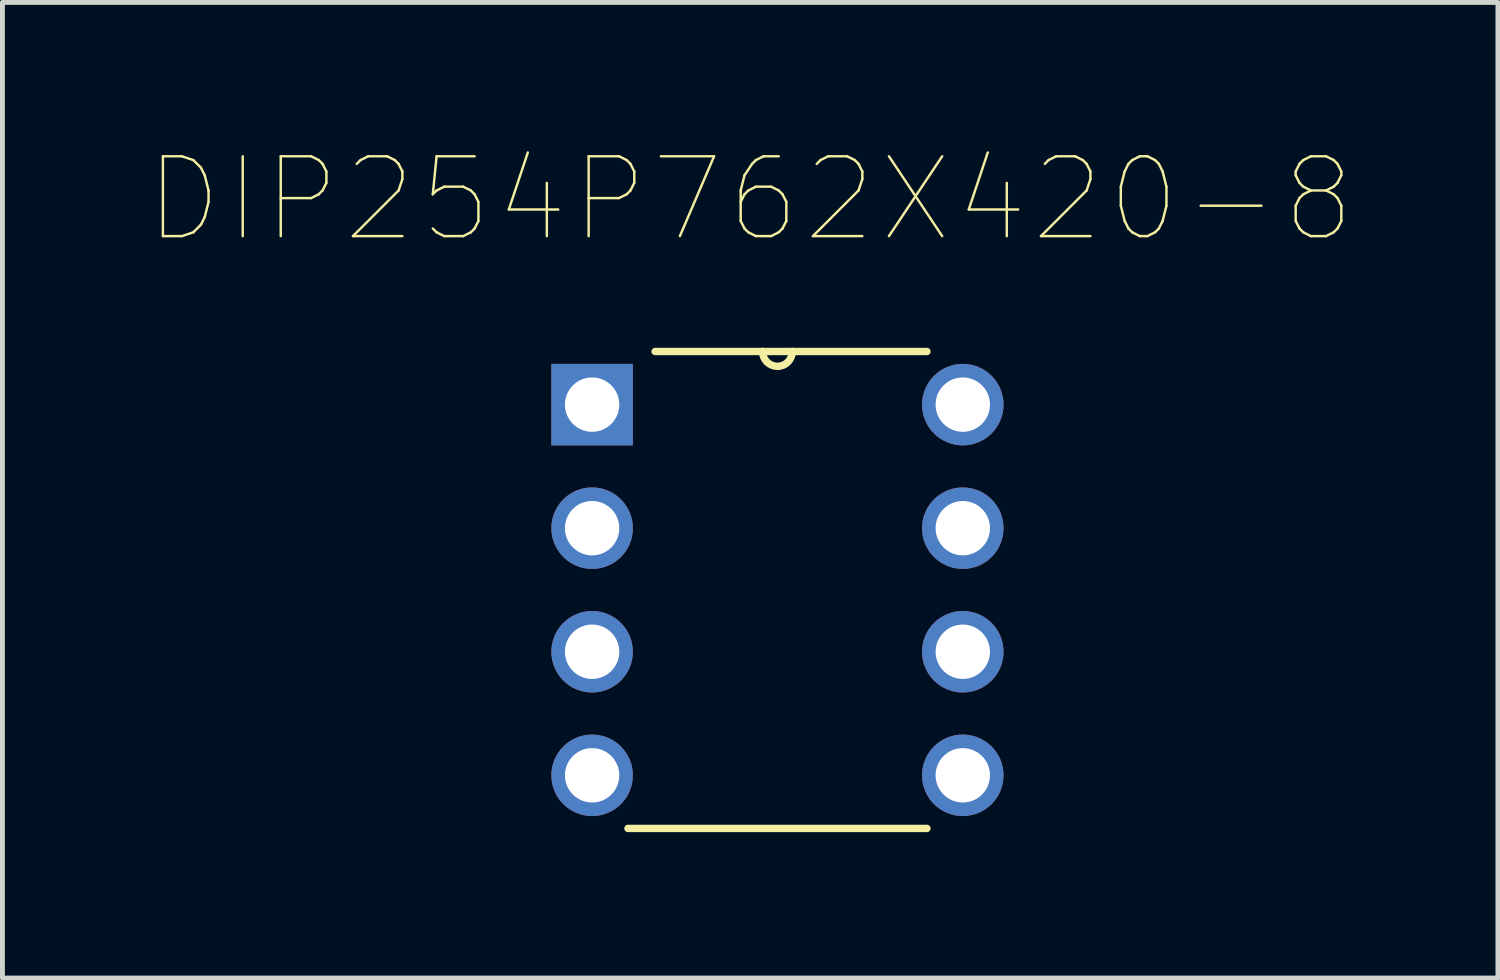
<source format=kicad_pcb>
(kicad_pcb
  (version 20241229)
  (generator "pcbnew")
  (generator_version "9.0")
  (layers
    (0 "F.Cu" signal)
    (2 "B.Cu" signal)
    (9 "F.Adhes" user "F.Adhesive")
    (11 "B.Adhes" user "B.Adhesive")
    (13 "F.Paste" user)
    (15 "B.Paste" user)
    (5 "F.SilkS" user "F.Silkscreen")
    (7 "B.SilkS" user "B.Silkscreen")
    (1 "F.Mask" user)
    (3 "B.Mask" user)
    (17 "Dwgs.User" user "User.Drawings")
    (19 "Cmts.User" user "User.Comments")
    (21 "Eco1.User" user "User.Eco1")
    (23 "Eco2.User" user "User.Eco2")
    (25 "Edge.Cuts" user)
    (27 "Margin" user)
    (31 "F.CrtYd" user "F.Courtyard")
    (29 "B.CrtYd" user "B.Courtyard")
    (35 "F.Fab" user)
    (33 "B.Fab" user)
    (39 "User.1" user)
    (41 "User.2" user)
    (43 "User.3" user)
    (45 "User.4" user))
  (footprint "DIP254P762X420-8"
    (layer "F.Cu")
    (at 16.742 12.888)
    (property "Reference" "DIP254P762X420-8" (at -4.37 -11.841 0) (layer "F.SilkS") (effects (font (size 1.641 1.641) (thickness 0.05))))
    (attr through_hole)
    (fp_line (start -6.883 1.092) (end -0.737 1.092) (stroke (width 0.152) (type solid)) (layer "F.SilkS"))
    (fp_line (start -4.115 -8.712) (end -6.325 -8.712) (stroke (width 0.152) (type solid)) (layer "F.SilkS"))
    (fp_line (start -3.505 -8.712) (end -4.115 -8.712) (stroke (width 0.152) (type solid)) (layer "F.SilkS"))
    (fp_line (start -0.737 -8.712) (end -3.505 -8.712) (stroke (width 0.152) (type solid)) (layer "F.SilkS"))
    (fp_arc (start -3.5052 -8.7122) (mid -3.81 -8.4074) (end -4.1148 -8.7122) (stroke (width 0.1524) (type solid)) (layer "F.SilkS"))
    (fp_line (start -8.179 -8.179) (end -8.179 -7.061) (stroke (width 0.1) (type solid)) (layer "Eco2.User"))
    (fp_line (start -8.179 -7.061) (end -7.061 -7.061) (stroke (width 0.1) (type solid)) (layer "Eco2.User"))
    (fp_line (start -8.179 -5.639) (end -8.179 -4.521) (stroke (width 0.1) (type solid)) (layer "Eco2.User"))
    (fp_line (start -8.179 -4.521) (end -7.061 -4.521) (stroke (width 0.1) (type solid)) (layer "Eco2.User"))
    (fp_line (start -8.179 -3.099) (end -8.179 -1.981) (stroke (width 0.1) (type solid)) (layer "Eco2.User"))
    (fp_line (start -8.179 -1.981) (end -7.061 -1.981) (stroke (width 0.1) (type solid)) (layer "Eco2.User"))
    (fp_line (start -8.179 -0.559) (end -8.179 0.559) (stroke (width 0.1) (type solid)) (layer "Eco2.User"))
    (fp_line (start -8.179 0.559) (end -7.061 0.559) (stroke (width 0.1) (type solid)) (layer "Eco2.User"))
    (fp_line (start -7.061 -8.712) (end -7.061 1.092) (stroke (width 0.1) (type solid)) (layer "Eco2.User"))
    (fp_line (start -7.061 -8.179) (end -8.179 -8.179) (stroke (width 0.1) (type solid)) (layer "Eco2.User"))
    (fp_line (start -7.061 -7.061) (end -7.061 -8.179) (stroke (width 0.1) (type solid)) (layer "Eco2.User"))
    (fp_line (start -7.061 -5.639) (end -8.179 -5.639) (stroke (width 0.1) (type solid)) (layer "Eco2.User"))
    (fp_line (start -7.061 -4.521) (end -7.061 -5.639) (stroke (width 0.1) (type solid)) (layer "Eco2.User"))
    (fp_line (start -7.061 -3.099) (end -8.179 -3.099) (stroke (width 0.1) (type solid)) (layer "Eco2.User"))
    (fp_line (start -7.061 -1.981) (end -7.061 -3.099) (stroke (width 0.1) (type solid)) (layer "Eco2.User"))
    (fp_line (start -7.061 -0.559) (end -8.179 -0.559) (stroke (width 0.1) (type solid)) (layer "Eco2.User"))
    (fp_line (start -7.061 0.559) (end -7.061 -0.559) (stroke (width 0.1) (type solid)) (layer "Eco2.User"))
    (fp_line (start -7.061 1.092) (end -0.559 1.092) (stroke (width 0.1) (type solid)) (layer "Eco2.User"))
    (fp_line (start -4.115 -8.712) (end -7.061 -8.712) (stroke (width 0.1) (type solid)) (layer "Eco2.User"))
    (fp_line (start -3.505 -8.712) (end -4.115 -8.712) (stroke (width 0.1) (type solid)) (layer "Eco2.User"))
    (fp_line (start -0.559 -8.712) (end -3.505 -8.712) (stroke (width 0.1) (type solid)) (layer "Eco2.User"))
    (fp_line (start -0.559 -8.179) (end -0.559 -7.061) (stroke (width 0.1) (type solid)) (layer "Eco2.User"))
    (fp_line (start -0.559 -7.061) (end 0.559 -7.061) (stroke (width 0.1) (type solid)) (layer "Eco2.User"))
    (fp_line (start -0.559 -5.639) (end -0.559 -4.521) (stroke (width 0.1) (type solid)) (layer "Eco2.User"))
    (fp_line (start -0.559 -4.521) (end 0.559 -4.521) (stroke (width 0.1) (type solid)) (layer "Eco2.User"))
    (fp_line (start -0.559 -3.099) (end -0.559 -1.981) (stroke (width 0.1) (type solid)) (layer "Eco2.User"))
    (fp_line (start -0.559 -1.981) (end 0.559 -1.981) (stroke (width 0.1) (type solid)) (layer "Eco2.User"))
    (fp_line (start -0.559 -0.559) (end -0.559 0.559) (stroke (width 0.1) (type solid)) (layer "Eco2.User"))
    (fp_line (start -0.559 0.559) (end 0.559 0.559) (stroke (width 0.1) (type solid)) (layer "Eco2.User"))
    (fp_line (start -0.559 1.092) (end -0.559 -8.712) (stroke (width 0.1) (type solid)) (layer "Eco2.User"))
    (fp_line (start 0.559 -8.179) (end -0.559 -8.179) (stroke (width 0.1) (type solid)) (layer "Eco2.User"))
    (fp_line (start 0.559 -7.061) (end 0.559 -8.179) (stroke (width 0.1) (type solid)) (layer "Eco2.User"))
    (fp_line (start 0.559 -5.639) (end -0.559 -5.639) (stroke (width 0.1) (type solid)) (layer "Eco2.User"))
    (fp_line (start 0.559 -4.521) (end 0.559 -5.639) (stroke (width 0.1) (type solid)) (layer "Eco2.User"))
    (fp_line (start 0.559 -3.099) (end -0.559 -3.099) (stroke (width 0.1) (type solid)) (layer "Eco2.User"))
    (fp_line (start 0.559 -1.981) (end 0.559 -3.099) (stroke (width 0.1) (type solid)) (layer "Eco2.User"))
    (fp_line (start 0.559 -0.559) (end -0.559 -0.559) (stroke (width 0.1) (type solid)) (layer "Eco2.User"))
    (fp_line (start 0.559 0.559) (end 0.559 -0.559) (stroke (width 0.1) (type solid)) (layer "Eco2.User"))
    (fp_arc (start -3.5052 -8.7122) (mid -3.81 -8.4074) (end -4.1148 -8.7122) (stroke (width 0.1) (type solid)) (layer "Eco2.User"))
    (pad "1" thru_hole rect (at -7.62 -7.62) (size 1.676 1.676) (drill 1.118) (layers "*.Cu" "*.Mask"))
    (pad "2" thru_hole circle (at -7.62 -5.08) (size 1.676 1.676) (drill 1.118) (layers "*.Cu" "*.Mask"))
    (pad "3" thru_hole circle (at -7.62 -2.54) (size 1.676 1.676) (drill 1.118) (layers "*.Cu" "*.Mask"))
    (pad "4" thru_hole circle (at -7.62 0) (size 1.676 1.676) (drill 1.118) (layers "*.Cu" "*.Mask"))
    (pad "5" thru_hole circle (at 0 0) (size 1.676 1.676) (drill 1.118) (layers "*.Cu" "*.Mask"))
    (pad "6" thru_hole circle (at 0 -2.54) (size 1.676 1.676) (drill 1.118) (layers "*.Cu" "*.Mask"))
    (pad "7" thru_hole circle (at 0 -5.08) (size 1.676 1.676) (drill 1.118) (layers "*.Cu" "*.Mask"))
    (pad "8" thru_hole circle (at 0 -7.62) (size 1.676 1.676) (drill 1.118) (layers "*.Cu" "*.Mask")))
  (gr_rect
    (start -3 -3)
    (end 27.743 17.056)
    (stroke (width 0.1) (type default))
    (fill no)
    (layer "Edge.Cuts")))
</source>
